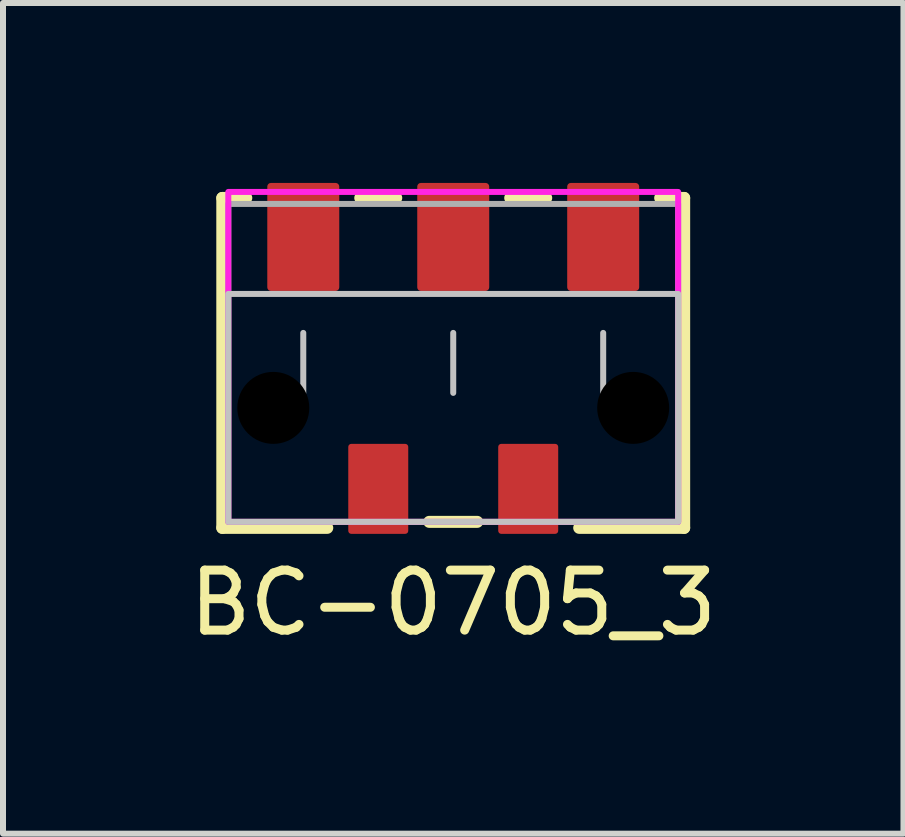
<source format=kicad_pcb>
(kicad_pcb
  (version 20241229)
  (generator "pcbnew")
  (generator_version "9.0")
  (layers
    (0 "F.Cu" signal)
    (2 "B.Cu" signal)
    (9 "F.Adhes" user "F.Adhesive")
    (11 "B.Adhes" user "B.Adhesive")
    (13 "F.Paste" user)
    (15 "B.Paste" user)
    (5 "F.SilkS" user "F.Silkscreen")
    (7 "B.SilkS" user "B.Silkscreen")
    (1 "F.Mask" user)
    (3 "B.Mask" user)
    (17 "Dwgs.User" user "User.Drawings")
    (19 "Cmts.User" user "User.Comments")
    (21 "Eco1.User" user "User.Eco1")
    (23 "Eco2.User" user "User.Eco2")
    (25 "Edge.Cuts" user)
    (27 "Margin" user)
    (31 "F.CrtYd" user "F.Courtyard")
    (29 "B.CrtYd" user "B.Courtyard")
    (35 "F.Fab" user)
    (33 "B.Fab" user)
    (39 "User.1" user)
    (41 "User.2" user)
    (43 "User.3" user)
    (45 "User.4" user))
  (footprint "BC-0705_3"
    (layer "F.Cu")
    (at 4.506 3)
    (property "Reference" "BC-0705_3" (at 0 4 0) (unlocked yes) (layer "F.SilkS") (effects (font (size 1 1) (thickness 0.15))))
    (attr smd)
    (fp_line (start -3.85 -2.75) (end -3.85 2.75) (stroke (width 0.2) (type solid)) (layer "F.SilkS"))
    (fp_line (start -3.85 2.75) (end -2.1 2.75) (stroke (width 0.2) (type solid)) (layer "F.SilkS"))
    (fp_line (start -3.45 -2.75) (end -3.85 -2.75) (stroke (width 0.2) (type solid)) (layer "F.SilkS"))
    (fp_line (start -1.55 -2.75) (end -0.95 -2.75) (stroke (width 0.2) (type solid)) (layer "F.SilkS"))
    (fp_line (start -0.4 2.65) (end 0.4 2.65) (stroke (width 0.2) (type solid)) (layer "F.SilkS"))
    (fp_line (start 0.95 -2.75) (end 1.55 -2.75) (stroke (width 0.2) (type solid)) (layer "F.SilkS"))
    (fp_line (start 3.45 -2.75) (end 3.85 -2.75) (stroke (width 0.2) (type solid)) (layer "F.SilkS"))
    (fp_line (start 3.85 -2.75) (end 3.85 2.75) (stroke (width 0.2) (type solid)) (layer "F.SilkS"))
    (fp_line (start 3.85 2.75) (end 2.1 2.75) (stroke (width 0.2) (type solid)) (layer "F.SilkS"))
    (fp_line (start -2.5 -0.5) (end -2.5 0.5) (stroke (width 0.1) (type solid)) (layer "Dwgs.User"))
    (fp_line (start 0 -0.5) (end 0 0.5) (stroke (width 0.1) (type solid)) (layer "Dwgs.User"))
    (fp_line (start 2.5 -0.5) (end 2.5 0.5) (stroke (width 0.1) (type solid)) (layer "Dwgs.User"))
    (fp_rect (start -3.75 2.65) (end 3.75 -1.15) (stroke (width 0.1) (type solid)) (fill no) (layer "Dwgs.User"))
    (fp_rect (start -3.75 2.65) (end 3.75 -2.85) (stroke (width 0.1) (type solid)) (fill no) (layer "F.CrtYd"))
    (fp_rect (start -3.75 -2.65) (end 3.75 2.65) (stroke (width 0.1) (type solid)) (fill no) (layer "F.Fab"))
    (pad "" np_thru_hole circle (at -3 0.75) (size 1.2 1.2) (drill 1.2) (layers "*.Mask"))
    (pad "" np_thru_hole circle (at 3 0.75) (size 1.2 1.2) (drill 1.2) (layers "*.Mask"))
    (pad "*" smd roundrect (at -1.25 2.1 90) (size 1.5 1) (layers "F.Cu" "F.Mask" "F.Paste") (roundrect_rratio 0.05))
    (pad "*" smd roundrect (at 1.25 2.1 90) (size 1.5 1) (layers "F.Cu" "F.Mask" "F.Paste") (roundrect_rratio 0.05))
    (pad "1" smd roundrect (at -2.5 -2.1 90) (size 1.8 1.2) (layers "F.Cu" "F.Mask" "F.Paste") (roundrect_rratio 0.05))
    (pad "2" smd roundrect (at 0 -2.1 90) (size 1.8 1.2) (layers "F.Cu" "F.Mask" "F.Paste") (roundrect_rratio 0.05))
    (pad "3" smd roundrect (at 2.5 -2.1 90) (size 1.8 1.2) (layers "F.Cu" "F.Mask" "F.Paste") (roundrect_rratio 0.05)))
  (gr_rect
    (start -3 -3)
    (end 12.012 10.848)
    (stroke (width 0.1) (type default))
    (fill no)
    (layer "Edge.Cuts")))
</source>
